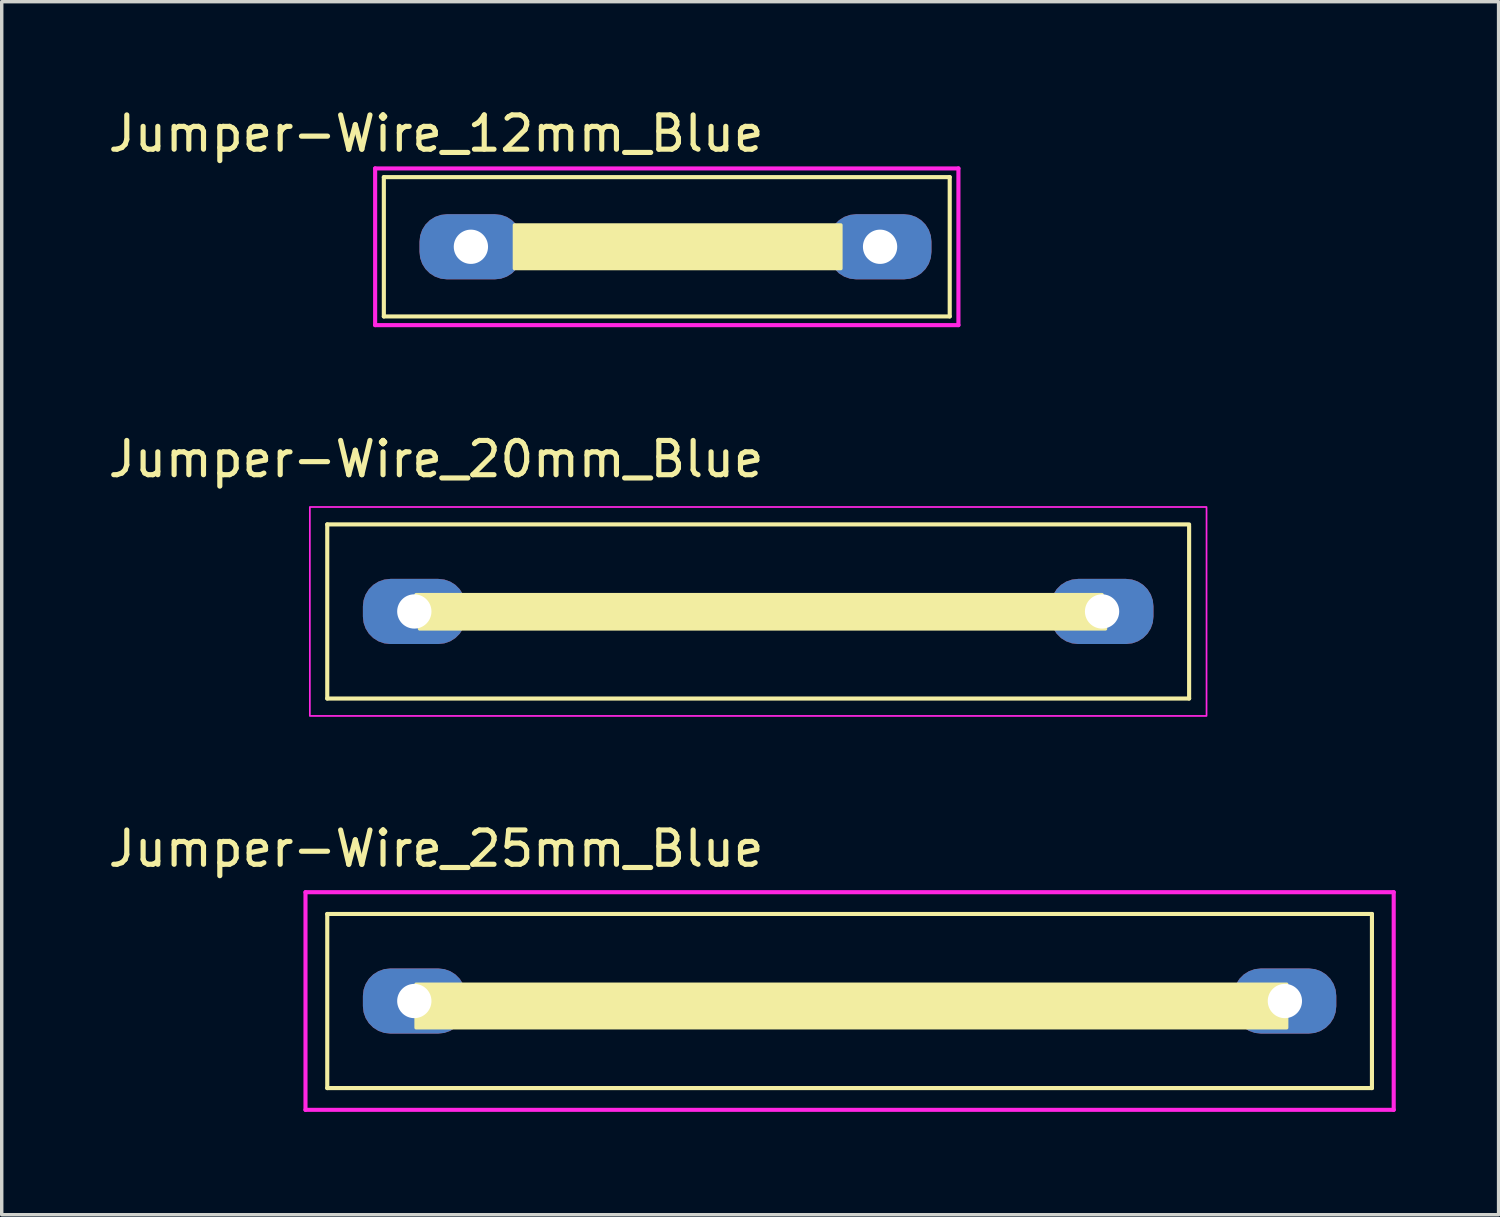
<source format=kicad_pcb>
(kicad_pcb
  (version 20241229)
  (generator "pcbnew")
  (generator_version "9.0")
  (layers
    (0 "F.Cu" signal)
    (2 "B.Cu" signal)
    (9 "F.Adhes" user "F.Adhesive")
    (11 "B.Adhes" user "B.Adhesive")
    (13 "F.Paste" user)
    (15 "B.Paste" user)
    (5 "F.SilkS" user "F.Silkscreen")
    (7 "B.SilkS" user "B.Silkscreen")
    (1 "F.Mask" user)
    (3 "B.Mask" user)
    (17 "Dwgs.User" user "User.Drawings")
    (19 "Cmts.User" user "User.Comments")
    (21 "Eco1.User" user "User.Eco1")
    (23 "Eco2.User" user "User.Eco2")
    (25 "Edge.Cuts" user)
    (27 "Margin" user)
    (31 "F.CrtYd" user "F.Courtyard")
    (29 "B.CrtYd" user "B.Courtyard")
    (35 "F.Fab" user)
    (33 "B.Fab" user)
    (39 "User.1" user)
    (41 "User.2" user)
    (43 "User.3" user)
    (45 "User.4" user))
  (footprint "Jumper-Wire_20mm_Blue"
    (layer "F.Cu")
    (at 9.038 14.79)
    (property "Reference" "Jumper-Wire_20mm_Blue" (at 0.635 -4.445 0) (layer "F.SilkS") (effects (font (size 1 1) (thickness 0.15))))
    (attr through_hole)
    (fp_line (start -2.54 -2.54) (end 22.606 -2.54) (stroke (width 0.12) (type solid)) (layer "F.SilkS"))
    (fp_line (start -2.54 2.54) (end -2.54 -2.54) (stroke (width 0.12) (type solid)) (layer "F.SilkS"))
    (fp_line (start 22.606 -2.5) (end 22.606 2.54) (stroke (width 0.12) (type solid)) (layer "F.SilkS"))
    (fp_line (start 22.606 2.54) (end -2.54 2.54) (stroke (width 0.12) (type solid)) (layer "F.SilkS"))
    (fp_poly (pts (xy 20.167 0.508) (xy 0.153 0.508) (xy 0.052 -0.49) (xy 20.066 -0.49)) (stroke (width 0.1) (type solid)) (fill yes) (layer "F.SilkS"))
    (fp_rect (start -3.048 -3.048) (end 23.114 3.048) (stroke (width 0.05) (type default)) (fill no) (layer "F.CrtYd"))
    (pad "1" thru_hole roundrect (at 0 0) (size 3 1.9) (drill 1) (layers "*.Cu") (roundrect_rratio 0.421))
    (pad "2" thru_hole roundrect (at 20.066 0) (size 3 1.9) (drill 1) (layers "*.Cu") (roundrect_rratio 0.421)))
  (footprint "Jumper-Wire_12mm_Blue"
    (layer "F.Cu")
    (at 10.689 4.15)
    (property "Reference" "Jumper-Wire_12mm_Blue" (at -1.016 -3.302 0) (layer "F.SilkS") (effects (font (size 1 1) (thickness 0.15))))
    (attr through_hole)
    (fp_line (start -2.54 -2.032) (end 13.97 -2.032) (stroke (width 0.12) (type solid)) (layer "F.SilkS"))
    (fp_line (start -2.54 2.032) (end -2.54 -2.032) (stroke (width 0.12) (type solid)) (layer "F.SilkS"))
    (fp_line (start 13.97 -2.032) (end 13.97 2.032) (stroke (width 0.12) (type solid)) (layer "F.SilkS"))
    (fp_line (start 13.97 2.032) (end -2.54 2.032) (stroke (width 0.12) (type solid)) (layer "F.SilkS"))
    (fp_poly (pts (xy 10.795 0.635) (xy 1.27 0.635) (xy 1.27 -0.635) (xy 10.795 -0.635)) (stroke (width 0.1) (type solid)) (fill yes) (layer "F.SilkS"))
    (fp_line (start -2.794 -2.286) (end 14.224 -2.286) (stroke (width 0.12) (type solid)) (layer "F.CrtYd"))
    (fp_line (start -2.794 2.286) (end -2.794 -2.286) (stroke (width 0.12) (type solid)) (layer "F.CrtYd"))
    (fp_line (start 14.224 -2.286) (end 14.224 2.286) (stroke (width 0.12) (type solid)) (layer "F.CrtYd"))
    (fp_line (start 14.224 2.286) (end -2.794 2.286) (stroke (width 0.12) (type solid)) (layer "F.CrtYd"))
    (pad "1" thru_hole roundrect (at 0 0) (size 3 1.9) (drill 1) (layers "*.Cu") (roundrect_rratio 0.421))
    (pad "2" thru_hole roundrect (at 11.938 0) (size 3 1.9) (drill 1) (layers "*.Cu") (roundrect_rratio 0.421)))
  (footprint "Jumper-Wire_25mm_Blue"
    (layer "F.Cu")
    (at 9.038 26.156)
    (property "Reference" "Jumper-Wire_25mm_Blue" (at 0.635 -4.445 0) (layer "F.SilkS") (effects (font (size 1 1) (thickness 0.15))))
    (attr through_hole)
    (fp_line (start -2.54 -2.54) (end 27.94 -2.54) (stroke (width 0.12) (type solid)) (layer "F.SilkS"))
    (fp_line (start -2.54 2.54) (end -2.54 -2.54) (stroke (width 0.12) (type solid)) (layer "F.SilkS"))
    (fp_line (start 27.94 -2.54) (end 27.94 2.54) (stroke (width 0.12) (type solid)) (layer "F.SilkS"))
    (fp_line (start 27.94 2.54) (end -2.54 2.54) (stroke (width 0.12) (type solid)) (layer "F.SilkS"))
    (fp_poly (pts (xy 25.452 0.78) (xy 0.052 0.78) (xy 0.052 -0.49) (xy 25.452 -0.49)) (stroke (width 0.1) (type solid)) (fill yes) (layer "F.SilkS"))
    (fp_line (start -3.175 -3.175) (end 28.575 -3.175) (stroke (width 0.12) (type solid)) (layer "F.CrtYd"))
    (fp_line (start -3.175 3.175) (end -3.175 -3.175) (stroke (width 0.12) (type solid)) (layer "F.CrtYd"))
    (fp_line (start 28.575 -3.175) (end 28.575 3.175) (stroke (width 0.12) (type solid)) (layer "F.CrtYd"))
    (fp_line (start 28.575 3.175) (end -3.175 3.175) (stroke (width 0.12) (type solid)) (layer "F.CrtYd"))
    (pad "1" thru_hole roundrect (at 0 0) (size 3 1.9) (drill 1) (layers "*.Cu") (roundrect_rratio 0.421))
    (pad "2" thru_hole roundrect (at 25.4 0) (size 3 1.9) (drill 1) (layers "*.Cu") (roundrect_rratio 0.421)))
  (gr_rect
    (start -3 -3)
    (end 40.673 32.391)
    (stroke (width 0.1) (type default))
    (fill no)
    (layer "Edge.Cuts")))
</source>
